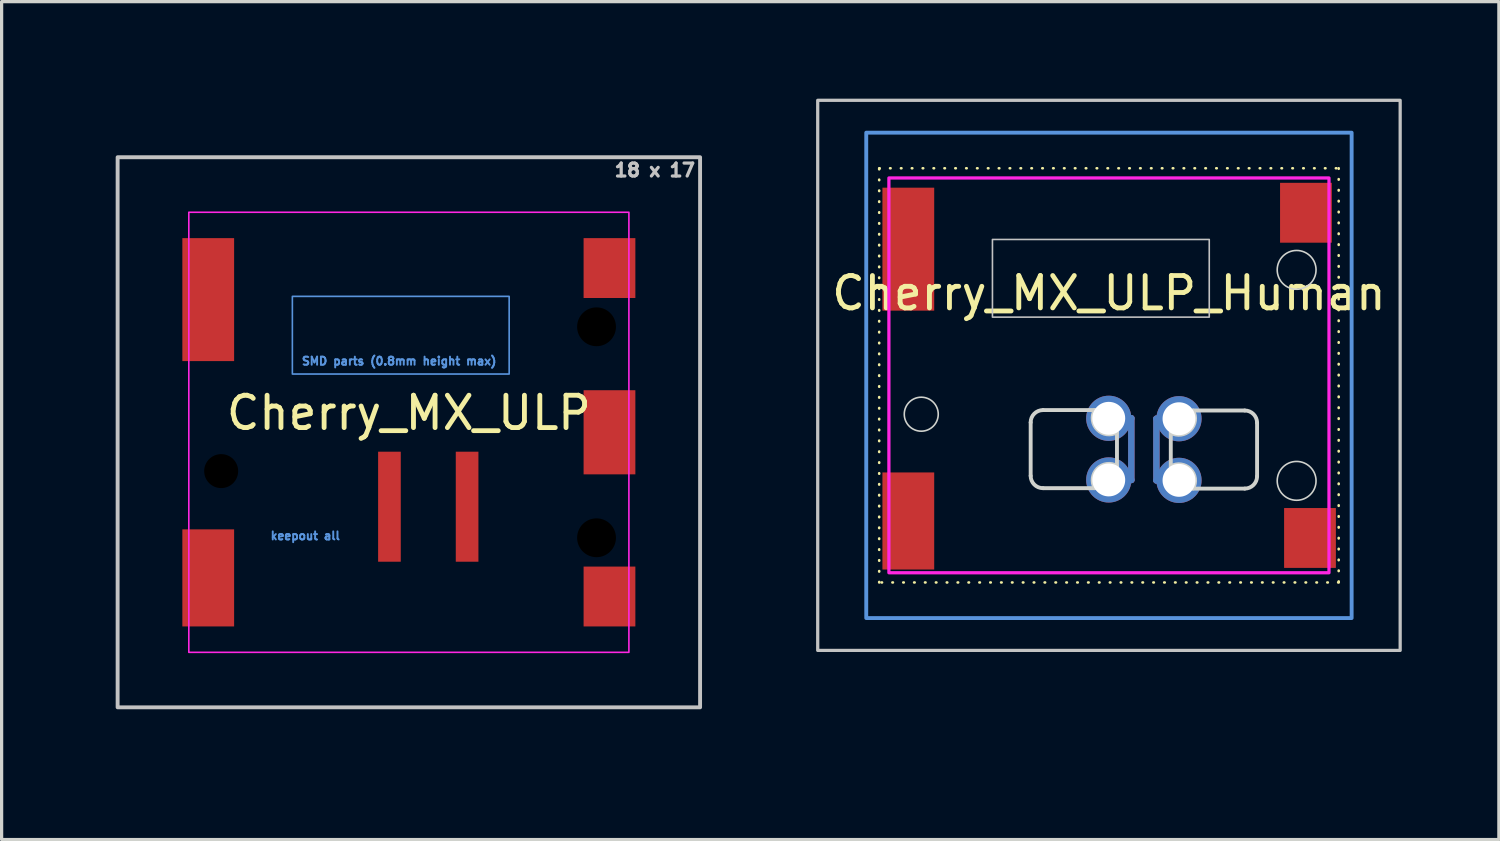
<source format=kicad_pcb>
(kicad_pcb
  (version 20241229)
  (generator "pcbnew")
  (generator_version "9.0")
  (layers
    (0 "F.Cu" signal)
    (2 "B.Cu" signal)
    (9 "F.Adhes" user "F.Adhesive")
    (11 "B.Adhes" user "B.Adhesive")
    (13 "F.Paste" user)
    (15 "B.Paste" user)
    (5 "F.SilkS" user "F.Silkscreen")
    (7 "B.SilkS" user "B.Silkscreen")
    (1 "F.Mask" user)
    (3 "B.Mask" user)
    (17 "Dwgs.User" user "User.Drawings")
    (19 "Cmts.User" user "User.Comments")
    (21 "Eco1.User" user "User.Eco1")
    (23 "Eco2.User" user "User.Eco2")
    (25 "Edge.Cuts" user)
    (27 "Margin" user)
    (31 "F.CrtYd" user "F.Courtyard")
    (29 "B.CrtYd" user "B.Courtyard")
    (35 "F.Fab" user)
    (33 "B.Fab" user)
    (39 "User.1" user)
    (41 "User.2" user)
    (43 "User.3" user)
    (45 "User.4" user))
  (footprint "Cherry_MX_ULP"
    (layer "F.Cu")
    (at 9.585 10.309)
    (property "Reference" "Cherry_MX_ULP" (at 0 -0.6 0) (unlocked yes) (layer "F.SilkS") (effects (font (size 1 1) (thickness 0.15))))
    (attr smd)
    (fp_rect (start -9 -8.5) (end 9 8.5) (stroke (width 0.12) (type solid)) (fill no) (layer "Dwgs.User"))
    (fp_rect (start -3.6 -4.2) (end 3.1 -1.8) (stroke (width 0.05) (type solid)) (fill no) (layer "Cmts.User"))
    (fp_rect (start -9.525 -9.525) (end 9.525 9.525) (stroke (width 0.12) (type solid)) (fill no) (layer "Eco1.User"))
    (fp_rect (start -6.8 -6.8) (end 6.8 6.8) (stroke (width 0.05) (type default)) (fill no) (layer "F.CrtYd"))
    (fp_text user "18 x 17" (at 7.6 -8.1 0) (unlocked yes) (layer "Dwgs.User") (effects (font (size 0.4 0.4) (thickness 0.1))))
    (fp_text user "SMD parts (0.8mm height max)" (at -0.3 -2.2 0) (unlocked yes) (layer "Cmts.User") (effects (font (size 0.25 0.25) (thickness 0.06))))
    (fp_text user "keepout all" (at -3.2 3.2 0) (unlocked yes) (layer "Cmts.User") (effects (font (size 0.25 0.25) (thickness 0.06))))
    (fp_text user "19.05 x 19.05" (at 7.2 -9.9 0) (unlocked yes) (layer "Eco1.User") (effects (font (size 0.4 0.4) (thickness 0.1))))
    (pad "" np_thru_hole circle (at -5.8 1.2) (size 1.05 1.05) (drill 1.05) (layers "*.Mask"))
    (pad "" np_thru_hole circle (at 5.8 -3.26) (size 1.2 1.2) (drill 1.2) (layers "*.Mask"))
    (pad "" np_thru_hole circle (at 5.8 3.26) (size 1.2 1.2) (drill 1.2) (layers "*.Mask"))
    (pad "5" smd rect (at -0.6 2.3) (size 0.7 3.4) (layers "F.Cu" "F.Mask" "F.Paste"))
    (pad "6" smd rect (at 1.8 2.3) (size 0.7 3.4) (layers "F.Cu" "F.Mask" "F.Paste"))
    (pad "MP" smd rect (at -6.2 -4.1) (size 1.6 3.8) (layers "F.Cu" "F.Mask" "F.Paste"))
    (pad "MP" smd rect (at -6.2 4.5) (size 1.6 3) (layers "F.Cu" "F.Mask" "F.Paste"))
    (pad "MP" smd rect (at 6.2 -5.075) (size 1.6 1.85) (layers "F.Cu" "F.Mask" "F.Paste"))
    (pad "MP" smd rect (at 6.2 0) (size 1.6 2.6) (layers "F.Cu" "F.Mask" "F.Paste"))
    (pad "MP" smd rect (at 6.2 5.075) (size 1.6 1.85) (layers "F.Cu" "F.Mask" "F.Paste"))
    (zone (net_name "") (layer "F.Cu") (hatch edge 0.508) (connect_pads) (min_thickness 0.254) (filled_areas_thickness no) (keepout (tracks not_allowed) (vias not_allowed) (pads not_allowed) (copperpour not_allowed) (footprints not_allowed)) (placement (enabled no)) (fill) (polygon (pts (xy 8.385 14.509) (xy 4.385 14.509) (xy 4.385 12.509) (xy 8.385 12.509)))))
  (footprint "Cherry_MX_ULP_Human"
    (layer "F.Cu")
    (at 31.22 8.55)
    (property "Reference" "Cherry_MX_ULP_Human" (at 0 -2.54 0) (unlocked yes) (layer "F.SilkS") (effects (font (size 1 1) (thickness 0.15))))
    (attr smd)
    (fp_line (start -0.006 1.327) (end 0.692 1.327) (stroke (width 0.2) (type default)) (layer "F.Cu"))
    (fp_line (start 0.692 1.327) (end 0.692 3.232) (stroke (width 0.2) (type default)) (layer "F.Cu"))
    (fp_line (start 0.692 3.232) (end -0.006 3.232) (stroke (width 0.2) (type default)) (layer "F.Cu"))
    (fp_line (start 1.467 1.34) (end 2.165 1.34) (stroke (width 0.2) (type default)) (layer "F.Cu"))
    (fp_line (start 1.467 3.245) (end 1.467 1.34) (stroke (width 0.2) (type default)) (layer "F.Cu"))
    (fp_line (start 2.165 3.245) (end 1.467 3.245) (stroke (width 0.2) (type default)) (layer "F.Cu"))
    (fp_line (start -0.006 3.232) (end 0.692 3.232) (stroke (width 0.2) (type default)) (layer "B.Cu"))
    (fp_line (start 0.692 1.327) (end -0.006 1.327) (stroke (width 0.2) (type default)) (layer "B.Cu"))
    (fp_line (start 0.692 3.232) (end 0.692 1.327) (stroke (width 0.2) (type default)) (layer "B.Cu"))
    (fp_line (start 1.467 1.34) (end 1.467 3.245) (stroke (width 0.2) (type default)) (layer "B.Cu"))
    (fp_line (start 1.467 3.245) (end 2.165 3.245) (stroke (width 0.2) (type default)) (layer "B.Cu"))
    (fp_line (start 2.165 1.34) (end 1.467 1.34) (stroke (width 0.2) (type default)) (layer "B.Cu"))
    (fp_rect (start -7.1 -6.4) (end 7.1 6.4) (stroke (width 0.08) (type dot)) (fill no) (layer "F.SilkS"))
    (fp_rect (start -9 -8.5) (end 9 8.5) (stroke (width 0.1) (type solid)) (fill no) (layer "Dwgs.User"))
    (fp_rect (start -3.6 -1.8) (end 3.1 -4.2) (stroke (width 0.05) (type solid)) (fill no) (layer "Dwgs.User"))
    (fp_rect (start -7.5 -7.5) (end 7.5 7.5) (stroke (width 0.12) (type solid)) (fill no) (layer "Cmts.User"))
    (fp_line (start -2.419 3.105) (end -2.419 1.454) (stroke (width 0.12) (type solid)) (layer "Edge.Cuts"))
    (fp_line (start -2.038 1.073) (end -0.438 1.073) (stroke (width 0.12) (type solid)) (layer "Edge.Cuts"))
    (fp_line (start -0.438 3.486) (end -2.038 3.486) (stroke (width 0.12) (type solid)) (layer "Edge.Cuts"))
    (fp_line (start 0.248 1.759) (end 0.248 2.8) (stroke (width 0.12) (type solid)) (layer "Edge.Cuts"))
    (fp_line (start 1.911 2.813) (end 1.911 1.772) (stroke (width 0.12) (type solid)) (layer "Edge.Cuts"))
    (fp_line (start 2.597 1.086) (end 4.197 1.086) (stroke (width 0.12) (type solid)) (layer "Edge.Cuts"))
    (fp_line (start 4.197 3.499) (end 2.597 3.499) (stroke (width 0.12) (type solid)) (layer "Edge.Cuts"))
    (fp_line (start 4.578 1.467) (end 4.578 3.118) (stroke (width 0.12) (type solid)) (layer "Edge.Cuts"))
    (fp_arc (start -2.419247 1.454047) (mid -2.307653 1.184642) (end -2.038247 1.073047) (stroke (width 0.12) (type solid)) (layer "Edge.Cuts"))
    (fp_arc (start -2.038247 3.486047) (mid -2.307656 3.374456) (end -2.419247 3.105047) (stroke (width 0.12) (type solid)) (layer "Edge.Cuts"))
    (fp_arc (start -0.438047 3.486047) (mid -0.355856 2.882438) (end 0.247753 2.800247) (stroke (width 0.12) (type solid)) (layer "Edge.Cuts"))
    (fp_arc (start 0.247753 1.758847) (mid -0.355856 1.676656) (end -0.438047 1.073047) (stroke (width 0.12) (type solid)) (layer "Edge.Cuts"))
    (fp_arc (start 1.911247 2.813153) (mid 2.514856 2.895344) (end 2.597047 3.498953) (stroke (width 0.12) (type solid)) (layer "Edge.Cuts"))
    (fp_arc (start 2.597047 1.085953) (mid 2.514856 1.689562) (end 1.911247 1.771753) (stroke (width 0.12) (type solid)) (layer "Edge.Cuts"))
    (fp_arc (start 4.197247 1.085953) (mid 4.466656 1.197544) (end 4.578247 1.466953) (stroke (width 0.12) (type solid)) (layer "Edge.Cuts"))
    (fp_arc (start 4.578247 3.117953) (mid 4.466653 3.387358) (end 4.197247 3.498953) (stroke (width 0.12) (type solid)) (layer "Edge.Cuts"))
    (fp_circle (center -5.8 1.2) (end -5.275 1.2) (stroke (width 0.05) (type solid)) (fill no) (layer "Edge.Cuts"))
    (fp_circle (center 5.8 -3.26) (end 6.4 -3.26) (stroke (width 0.05) (type solid)) (fill no) (layer "Edge.Cuts"))
    (fp_circle (center 5.8 3.26) (end 6.4 3.26) (stroke (width 0.05) (type solid)) (fill no) (layer "Edge.Cuts"))
    (fp_rect (start -6.8 -6.1) (end 6.8 6.1) (stroke (width 0.1) (type solid)) (fill no) (layer "F.CrtYd"))
    (pad "" smd rect (at -6.2 -3.9) (size 1.6 3.8) (layers "F.Cu" "F.Mask" "F.Paste"))
    (pad "" smd rect (at -6.2 4.5) (size 1.6 3) (layers "F.Cu" "F.Mask" "F.Paste"))
    (pad "" smd rect (at 6.088 -5.025) (size 1.6 1.85) (layers "F.Cu" "F.Mask" "F.Paste"))
    (pad "" smd rect (at 6.213 5.025) (size 1.6 1.85) (layers "F.Cu" "F.Mask" "F.Paste"))
    (pad "5" thru_hole circle (at -0.006 1.327 180) (size 1.397 1.397) (drill 1.016) (layers "*.Cu" "*.Mask"))
    (pad "5" thru_hole circle (at -0.006 3.232) (size 1.397 1.397) (drill 1.016) (layers "*.Cu" "*.Mask"))
    (pad "6" thru_hole circle (at 2.165 1.34 180) (size 1.397 1.397) (drill 1.016) (layers "*.Cu" "*.Mask"))
    (pad "6" thru_hole circle (at 2.165 3.245 180) (size 1.397 1.397) (drill 1.016) (layers "*.Cu" "*.Mask")))
  (gr_rect
    (start -3 -3)
    (end 43.27 22.895)
    (stroke (width 0.1) (type default))
    (fill no)
    (layer "Edge.Cuts")))
</source>
